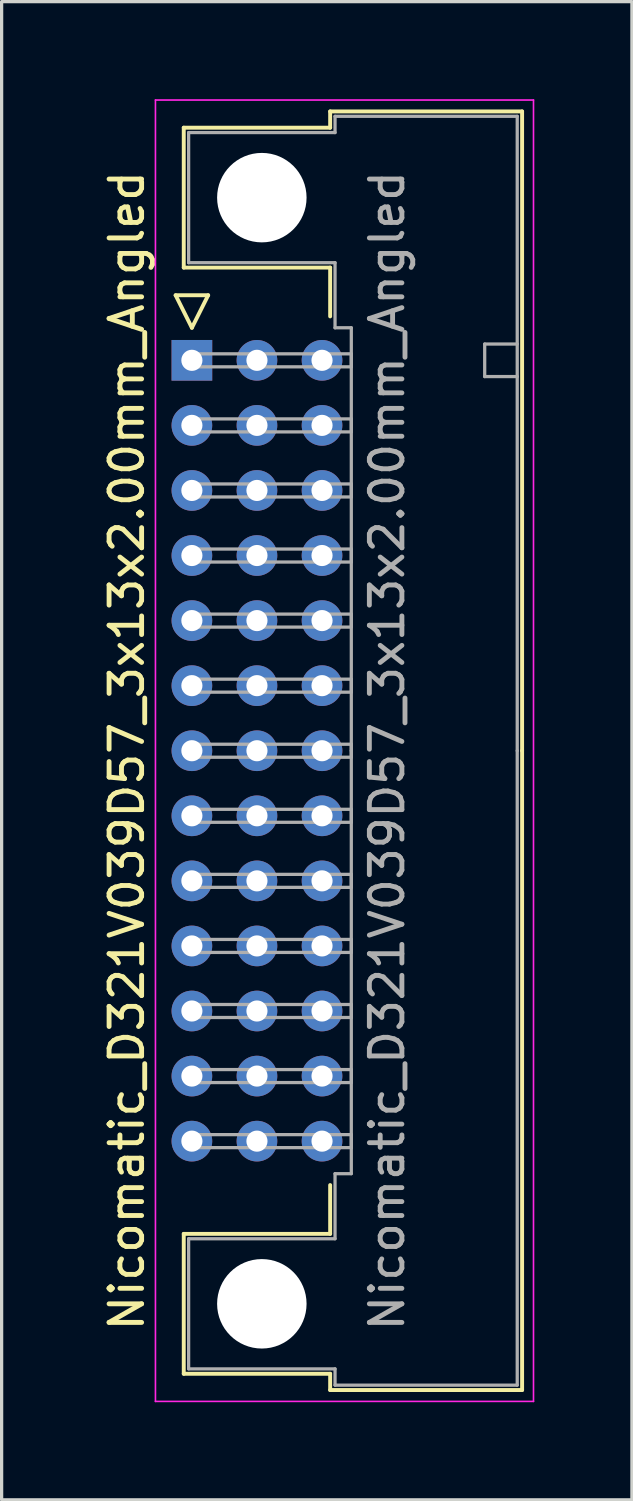
<source format=kicad_pcb>
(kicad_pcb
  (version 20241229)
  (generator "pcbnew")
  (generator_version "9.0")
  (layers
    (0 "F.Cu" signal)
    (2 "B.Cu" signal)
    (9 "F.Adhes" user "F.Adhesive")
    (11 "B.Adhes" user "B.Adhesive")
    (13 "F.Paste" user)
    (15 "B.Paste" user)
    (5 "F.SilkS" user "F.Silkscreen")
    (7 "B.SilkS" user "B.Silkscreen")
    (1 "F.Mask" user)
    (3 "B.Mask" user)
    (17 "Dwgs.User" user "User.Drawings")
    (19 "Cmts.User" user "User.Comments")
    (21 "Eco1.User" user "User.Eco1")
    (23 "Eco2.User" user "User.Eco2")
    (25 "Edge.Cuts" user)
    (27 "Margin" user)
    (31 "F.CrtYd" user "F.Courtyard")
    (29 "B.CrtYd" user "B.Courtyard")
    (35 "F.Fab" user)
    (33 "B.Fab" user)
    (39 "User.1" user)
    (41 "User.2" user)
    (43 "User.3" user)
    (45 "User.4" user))
  (footprint "Nicomatic_D321V039D57_3x13x2.00mm_Angled"
    (layer "F.Cu")
    (at 2.848 8.025)
    (property "Reference" "Nicomatic_D321V039D57_3x13x2.00mm_Angled" (at -2 12 90) (layer "F.SilkS") (effects (font (size 1 1) (thickness 0.15))))
    (attr through_hole)
    (fp_line (start -0.5 -2) (end 0 -1) (stroke (width 0.12) (type solid)) (layer "F.SilkS"))
    (fp_line (start -0.25 -7.15) (end -0.25 -2.85) (stroke (width 0.12) (type solid)) (layer "F.SilkS"))
    (fp_line (start -0.25 -2.85) (end 4.25 -2.85) (stroke (width 0.12) (type solid)) (layer "F.SilkS"))
    (fp_line (start -0.25 26.85) (end 4.25 26.85) (stroke (width 0.12) (type solid)) (layer "F.SilkS"))
    (fp_line (start -0.25 31.15) (end -0.25 26.85) (stroke (width 0.12) (type solid)) (layer "F.SilkS"))
    (fp_line (start 0 -1) (end 0.5 -2) (stroke (width 0.12) (type solid)) (layer "F.SilkS"))
    (fp_line (start 0.5 -2) (end -0.5 -2) (stroke (width 0.12) (type solid)) (layer "F.SilkS"))
    (fp_line (start 4.25 -7.65) (end 4.25 -7.15) (stroke (width 0.12) (type solid)) (layer "F.SilkS"))
    (fp_line (start 4.25 -7.15) (end -0.25 -7.15) (stroke (width 0.12) (type solid)) (layer "F.SilkS"))
    (fp_line (start 4.25 -2.85) (end 4.25 -1.35) (stroke (width 0.12) (type solid)) (layer "F.SilkS"))
    (fp_line (start 4.25 26.85) (end 4.25 25.35) (stroke (width 0.12) (type solid)) (layer "F.SilkS"))
    (fp_line (start 4.25 31.15) (end -0.25 31.15) (stroke (width 0.12) (type solid)) (layer "F.SilkS"))
    (fp_line (start 4.25 31.65) (end 4.25 31.15) (stroke (width 0.12) (type solid)) (layer "F.SilkS"))
    (fp_line (start 10.15 -7.65) (end 4.25 -7.65) (stroke (width 0.12) (type solid)) (layer "F.SilkS"))
    (fp_line (start 10.15 12) (end 10.15 -7.65) (stroke (width 0.12) (type solid)) (layer "F.SilkS"))
    (fp_line (start 10.15 12) (end 10.15 31.65) (stroke (width 0.12) (type solid)) (layer "F.SilkS"))
    (fp_line (start 10.15 31.65) (end 4.25 31.65) (stroke (width 0.12) (type solid)) (layer "F.SilkS"))
    (fp_line (start -1.12 -8) (end -1.12 32) (stroke (width 0.05) (type solid)) (layer "F.CrtYd"))
    (fp_line (start -1.12 32) (end 10.5 32) (stroke (width 0.05) (type solid)) (layer "F.CrtYd"))
    (fp_line (start 10.5 -8) (end -1.12 -8) (stroke (width 0.05) (type solid)) (layer "F.CrtYd"))
    (fp_line (start 10.5 32) (end 10.5 -8) (stroke (width 0.05) (type solid)) (layer "F.CrtYd"))
    (fp_line (start -0.1 -7) (end -0.1 -3) (stroke (width 0.1) (type solid)) (layer "F.Fab"))
    (fp_line (start -0.1 -3) (end 4.4 -3) (stroke (width 0.1) (type solid)) (layer "F.Fab"))
    (fp_line (start -0.1 27) (end 4.4 27) (stroke (width 0.1) (type solid)) (layer "F.Fab"))
    (fp_line (start -0.1 31) (end -0.1 27) (stroke (width 0.1) (type solid)) (layer "F.Fab"))
    (fp_line (start 0 -0.2) (end 0 0.2) (stroke (width 0.1) (type solid)) (layer "F.Fab"))
    (fp_line (start 0 0.2) (end 4.9 0.2) (stroke (width 0.1) (type solid)) (layer "F.Fab"))
    (fp_line (start 0 1.8) (end 0 2.2) (stroke (width 0.1) (type solid)) (layer "F.Fab"))
    (fp_line (start 0 2.2) (end 4.9 2.2) (stroke (width 0.1) (type solid)) (layer "F.Fab"))
    (fp_line (start 0 3.8) (end 0 4.2) (stroke (width 0.1) (type solid)) (layer "F.Fab"))
    (fp_line (start 0 4.2) (end 4.9 4.2) (stroke (width 0.1) (type solid)) (layer "F.Fab"))
    (fp_line (start 0 5.8) (end 0 6.2) (stroke (width 0.1) (type solid)) (layer "F.Fab"))
    (fp_line (start 0 6.2) (end 4.9 6.2) (stroke (width 0.1) (type solid)) (layer "F.Fab"))
    (fp_line (start 0 7.8) (end 0 8.2) (stroke (width 0.1) (type solid)) (layer "F.Fab"))
    (fp_line (start 0 8.2) (end 4.9 8.2) (stroke (width 0.1) (type solid)) (layer "F.Fab"))
    (fp_line (start 0 9.8) (end 0 10.2) (stroke (width 0.1) (type solid)) (layer "F.Fab"))
    (fp_line (start 0 10.2) (end 4.9 10.2) (stroke (width 0.1) (type solid)) (layer "F.Fab"))
    (fp_line (start 0 11.8) (end 0 12.2) (stroke (width 0.1) (type solid)) (layer "F.Fab"))
    (fp_line (start 0 12.2) (end 4.9 12.2) (stroke (width 0.1) (type solid)) (layer "F.Fab"))
    (fp_line (start 0 13.8) (end 0 14.2) (stroke (width 0.1) (type solid)) (layer "F.Fab"))
    (fp_line (start 0 14.2) (end 4.9 14.2) (stroke (width 0.1) (type solid)) (layer "F.Fab"))
    (fp_line (start 0 15.8) (end 0 16.2) (stroke (width 0.1) (type solid)) (layer "F.Fab"))
    (fp_line (start 0 16.2) (end 4.9 16.2) (stroke (width 0.1) (type solid)) (layer "F.Fab"))
    (fp_line (start 0 17.8) (end 0 18.2) (stroke (width 0.1) (type solid)) (layer "F.Fab"))
    (fp_line (start 0 18.2) (end 4.9 18.2) (stroke (width 0.1) (type solid)) (layer "F.Fab"))
    (fp_line (start 0 19.8) (end 0 20.2) (stroke (width 0.1) (type solid)) (layer "F.Fab"))
    (fp_line (start 0 20.2) (end 4.9 20.2) (stroke (width 0.1) (type solid)) (layer "F.Fab"))
    (fp_line (start 0 21.8) (end 0 22.2) (stroke (width 0.1) (type solid)) (layer "F.Fab"))
    (fp_line (start 0 22.2) (end 4.9 22.2) (stroke (width 0.1) (type solid)) (layer "F.Fab"))
    (fp_line (start 0 23.8) (end 0 24.2) (stroke (width 0.1) (type solid)) (layer "F.Fab"))
    (fp_line (start 0 24.2) (end 4.9 24.2) (stroke (width 0.1) (type solid)) (layer "F.Fab"))
    (fp_line (start 4.4 -7.5) (end 4.4 -7) (stroke (width 0.1) (type solid)) (layer "F.Fab"))
    (fp_line (start 4.4 -7) (end -0.1 -7) (stroke (width 0.1) (type solid)) (layer "F.Fab"))
    (fp_line (start 4.4 -3) (end 4.4 -1) (stroke (width 0.1) (type solid)) (layer "F.Fab"))
    (fp_line (start 4.4 -1) (end 4.9 -1) (stroke (width 0.1) (type solid)) (layer "F.Fab"))
    (fp_line (start 4.4 25) (end 4.9 25) (stroke (width 0.1) (type solid)) (layer "F.Fab"))
    (fp_line (start 4.4 27) (end 4.4 25) (stroke (width 0.1) (type solid)) (layer "F.Fab"))
    (fp_line (start 4.4 31) (end -0.1 31) (stroke (width 0.1) (type solid)) (layer "F.Fab"))
    (fp_line (start 4.4 31.5) (end 4.4 31) (stroke (width 0.1) (type solid)) (layer "F.Fab"))
    (fp_line (start 4.9 -1) (end 4.9 12) (stroke (width 0.1) (type solid)) (layer "F.Fab"))
    (fp_line (start 4.9 -0.2) (end 0 -0.2) (stroke (width 0.1) (type solid)) (layer "F.Fab"))
    (fp_line (start 4.9 0.2) (end 4.9 -0.2) (stroke (width 0.1) (type solid)) (layer "F.Fab"))
    (fp_line (start 4.9 1.8) (end 0 1.8) (stroke (width 0.1) (type solid)) (layer "F.Fab"))
    (fp_line (start 4.9 2.2) (end 4.9 1.8) (stroke (width 0.1) (type solid)) (layer "F.Fab"))
    (fp_line (start 4.9 3.8) (end 0 3.8) (stroke (width 0.1) (type solid)) (layer "F.Fab"))
    (fp_line (start 4.9 4.2) (end 4.9 3.8) (stroke (width 0.1) (type solid)) (layer "F.Fab"))
    (fp_line (start 4.9 5.8) (end 0 5.8) (stroke (width 0.1) (type solid)) (layer "F.Fab"))
    (fp_line (start 4.9 6.2) (end 4.9 5.8) (stroke (width 0.1) (type solid)) (layer "F.Fab"))
    (fp_line (start 4.9 7.8) (end 0 7.8) (stroke (width 0.1) (type solid)) (layer "F.Fab"))
    (fp_line (start 4.9 8.2) (end 4.9 7.8) (stroke (width 0.1) (type solid)) (layer "F.Fab"))
    (fp_line (start 4.9 9.8) (end 0 9.8) (stroke (width 0.1) (type solid)) (layer "F.Fab"))
    (fp_line (start 4.9 10.2) (end 4.9 9.8) (stroke (width 0.1) (type solid)) (layer "F.Fab"))
    (fp_line (start 4.9 11.8) (end 0 11.8) (stroke (width 0.1) (type solid)) (layer "F.Fab"))
    (fp_line (start 4.9 12.2) (end 4.9 11.8) (stroke (width 0.1) (type solid)) (layer "F.Fab"))
    (fp_line (start 4.9 13.8) (end 0 13.8) (stroke (width 0.1) (type solid)) (layer "F.Fab"))
    (fp_line (start 4.9 14.2) (end 4.9 13.8) (stroke (width 0.1) (type solid)) (layer "F.Fab"))
    (fp_line (start 4.9 15.8) (end 0 15.8) (stroke (width 0.1) (type solid)) (layer "F.Fab"))
    (fp_line (start 4.9 16.2) (end 4.9 15.8) (stroke (width 0.1) (type solid)) (layer "F.Fab"))
    (fp_line (start 4.9 17.8) (end 0 17.8) (stroke (width 0.1) (type solid)) (layer "F.Fab"))
    (fp_line (start 4.9 18.2) (end 4.9 17.8) (stroke (width 0.1) (type solid)) (layer "F.Fab"))
    (fp_line (start 4.9 19.8) (end 0 19.8) (stroke (width 0.1) (type solid)) (layer "F.Fab"))
    (fp_line (start 4.9 20.2) (end 4.9 19.8) (stroke (width 0.1) (type solid)) (layer "F.Fab"))
    (fp_line (start 4.9 21.8) (end 0 21.8) (stroke (width 0.1) (type solid)) (layer "F.Fab"))
    (fp_line (start 4.9 22.2) (end 4.9 21.8) (stroke (width 0.1) (type solid)) (layer "F.Fab"))
    (fp_line (start 4.9 23.8) (end 0 23.8) (stroke (width 0.1) (type solid)) (layer "F.Fab"))
    (fp_line (start 4.9 24.2) (end 4.9 23.8) (stroke (width 0.1) (type solid)) (layer "F.Fab"))
    (fp_line (start 4.9 25) (end 4.9 12) (stroke (width 0.1) (type solid)) (layer "F.Fab"))
    (fp_line (start 9 -0.5) (end 9 0.5) (stroke (width 0.1) (type solid)) (layer "F.Fab"))
    (fp_line (start 9 0.5) (end 10 0.5) (stroke (width 0.1) (type solid)) (layer "F.Fab"))
    (fp_line (start 10 -7.5) (end 4.4 -7.5) (stroke (width 0.1) (type solid)) (layer "F.Fab"))
    (fp_line (start 10 -0.5) (end 9 -0.5) (stroke (width 0.1) (type solid)) (layer "F.Fab"))
    (fp_line (start 10 12) (end 10 -7.5) (stroke (width 0.1) (type solid)) (layer "F.Fab"))
    (fp_line (start 10 12) (end 10 31.5) (stroke (width 0.1) (type solid)) (layer "F.Fab"))
    (fp_line (start 10 31.5) (end 4.4 31.5) (stroke (width 0.1) (type solid)) (layer "F.Fab"))
    (fp_text user "${REFERENCE}" (at 6 12 90) (layer "F.Fab") (effects (font (size 1 1) (thickness 0.15))))
    (pad "" np_thru_hole circle (at 2.15 -5) (size 2.75 2.75) (drill 2.75) (layers "*.Cu" "*.Mask"))
    (pad "" np_thru_hole circle (at 2.15 29) (size 2.75 2.75) (drill 2.75) (layers "*.Cu" "*.Mask"))
    (pad "1" thru_hole rect (at 0 0) (size 1.25 1.25) (drill 0.65) (layers "*.Cu" "*.Mask"))
    (pad "2" thru_hole oval (at 0 2) (size 1.25 1.25) (drill 0.65) (layers "*.Cu" "*.Mask"))
    (pad "3" thru_hole oval (at 0 4) (size 1.25 1.25) (drill 0.65) (layers "*.Cu" "*.Mask"))
    (pad "4" thru_hole oval (at 0 6) (size 1.25 1.25) (drill 0.65) (layers "*.Cu" "*.Mask"))
    (pad "5" thru_hole oval (at 0 8) (size 1.25 1.25) (drill 0.65) (layers "*.Cu" "*.Mask"))
    (pad "6" thru_hole oval (at 0 10) (size 1.25 1.25) (drill 0.65) (layers "*.Cu" "*.Mask"))
    (pad "7" thru_hole oval (at 0 12) (size 1.25 1.25) (drill 0.65) (layers "*.Cu" "*.Mask"))
    (pad "8" thru_hole oval (at 0 14) (size 1.25 1.25) (drill 0.65) (layers "*.Cu" "*.Mask"))
    (pad "9" thru_hole oval (at 0 16) (size 1.25 1.25) (drill 0.65) (layers "*.Cu" "*.Mask"))
    (pad "10" thru_hole oval (at 0 18) (size 1.25 1.25) (drill 0.65) (layers "*.Cu" "*.Mask"))
    (pad "11" thru_hole oval (at 0 20) (size 1.25 1.25) (drill 0.65) (layers "*.Cu" "*.Mask"))
    (pad "12" thru_hole oval (at 0 22) (size 1.25 1.25) (drill 0.65) (layers "*.Cu" "*.Mask"))
    (pad "13" thru_hole oval (at 0 24) (size 1.25 1.25) (drill 0.65) (layers "*.Cu" "*.Mask"))
    (pad "14" thru_hole oval (at 2 0) (size 1.25 1.25) (drill 0.65) (layers "*.Cu" "*.Mask"))
    (pad "15" thru_hole oval (at 2 2) (size 1.25 1.25) (drill 0.65) (layers "*.Cu" "*.Mask"))
    (pad "16" thru_hole oval (at 2 4) (size 1.25 1.25) (drill 0.65) (layers "*.Cu" "*.Mask"))
    (pad "17" thru_hole oval (at 2 6) (size 1.25 1.25) (drill 0.65) (layers "*.Cu" "*.Mask"))
    (pad "18" thru_hole oval (at 2 8) (size 1.25 1.25) (drill 0.65) (layers "*.Cu" "*.Mask"))
    (pad "19" thru_hole oval (at 2 10) (size 1.25 1.25) (drill 0.65) (layers "*.Cu" "*.Mask"))
    (pad "20" thru_hole oval (at 2 12) (size 1.25 1.25) (drill 0.65) (layers "*.Cu" "*.Mask"))
    (pad "21" thru_hole oval (at 2 14) (size 1.25 1.25) (drill 0.65) (layers "*.Cu" "*.Mask"))
    (pad "22" thru_hole oval (at 2 16) (size 1.25 1.25) (drill 0.65) (layers "*.Cu" "*.Mask"))
    (pad "23" thru_hole oval (at 2 18) (size 1.25 1.25) (drill 0.65) (layers "*.Cu" "*.Mask"))
    (pad "24" thru_hole oval (at 2 20) (size 1.25 1.25) (drill 0.65) (layers "*.Cu" "*.Mask"))
    (pad "25" thru_hole oval (at 2 22) (size 1.25 1.25) (drill 0.65) (layers "*.Cu" "*.Mask"))
    (pad "26" thru_hole oval (at 2 24) (size 1.25 1.25) (drill 0.65) (layers "*.Cu" "*.Mask"))
    (pad "27" thru_hole oval (at 4 0) (size 1.25 1.25) (drill 0.65) (layers "*.Cu" "*.Mask"))
    (pad "28" thru_hole oval (at 4 2) (size 1.25 1.25) (drill 0.65) (layers "*.Cu" "*.Mask"))
    (pad "29" thru_hole oval (at 4 4) (size 1.25 1.25) (drill 0.65) (layers "*.Cu" "*.Mask"))
    (pad "30" thru_hole oval (at 4 6) (size 1.25 1.25) (drill 0.65) (layers "*.Cu" "*.Mask"))
    (pad "31" thru_hole oval (at 4 8) (size 1.25 1.25) (drill 0.65) (layers "*.Cu" "*.Mask"))
    (pad "32" thru_hole oval (at 4 10) (size 1.25 1.25) (drill 0.65) (layers "*.Cu" "*.Mask"))
    (pad "33" thru_hole oval (at 4 12) (size 1.25 1.25) (drill 0.65) (layers "*.Cu" "*.Mask"))
    (pad "34" thru_hole oval (at 4 14) (size 1.25 1.25) (drill 0.65) (layers "*.Cu" "*.Mask"))
    (pad "35" thru_hole oval (at 4 16) (size 1.25 1.25) (drill 0.65) (layers "*.Cu" "*.Mask"))
    (pad "36" thru_hole oval (at 4 18) (size 1.25 1.25) (drill 0.65) (layers "*.Cu" "*.Mask"))
    (pad "37" thru_hole oval (at 4 20) (size 1.25 1.25) (drill 0.65) (layers "*.Cu" "*.Mask"))
    (pad "38" thru_hole oval (at 4 22) (size 1.25 1.25) (drill 0.65) (layers "*.Cu" "*.Mask"))
    (pad "39" thru_hole oval (at 4 24) (size 1.25 1.25) (drill 0.65) (layers "*.Cu" "*.Mask")))
  (gr_rect
    (start -3 -3)
    (end 16.373 43.05)
    (stroke (width 0.1) (type default))
    (fill no)
    (layer "Edge.Cuts")))
</source>
